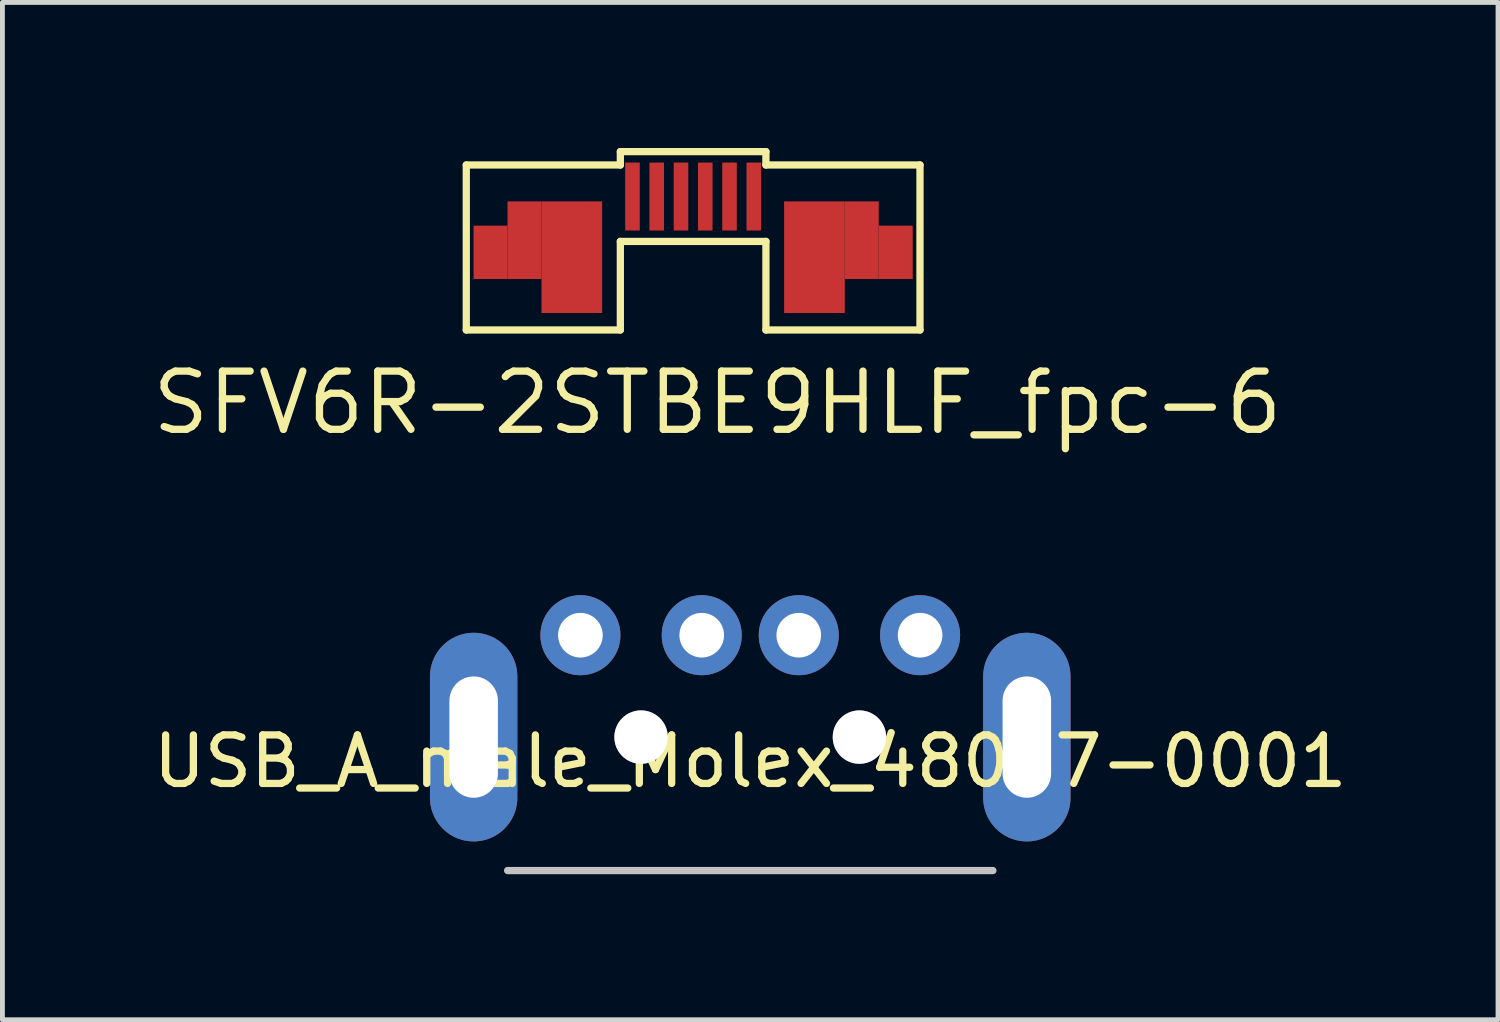
<source format=kicad_pcb>
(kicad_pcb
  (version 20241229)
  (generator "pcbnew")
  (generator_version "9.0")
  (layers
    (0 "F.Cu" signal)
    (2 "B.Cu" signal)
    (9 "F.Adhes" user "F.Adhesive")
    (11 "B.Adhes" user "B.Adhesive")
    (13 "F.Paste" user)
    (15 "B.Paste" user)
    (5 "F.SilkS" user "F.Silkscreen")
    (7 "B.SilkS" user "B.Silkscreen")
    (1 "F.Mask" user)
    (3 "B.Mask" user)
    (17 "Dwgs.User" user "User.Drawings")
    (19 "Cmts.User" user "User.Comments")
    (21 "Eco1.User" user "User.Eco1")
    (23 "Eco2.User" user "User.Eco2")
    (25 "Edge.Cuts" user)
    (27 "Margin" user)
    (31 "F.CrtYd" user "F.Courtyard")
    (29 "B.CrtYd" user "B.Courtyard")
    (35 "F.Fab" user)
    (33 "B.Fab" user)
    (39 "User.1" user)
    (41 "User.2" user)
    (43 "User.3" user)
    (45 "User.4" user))
  (footprint "SFV6R-2STBE9HLF_fpc-6"
    (layer "F.Cu")
    (at 11.234 1)
    (property "Reference" "SFV6R-2STBE9HLF_fpc-6" (at 0.5 4.25 0) (layer "F.SilkS") (effects (font (size 1.2 1.2) (thickness 0.15))))
    (attr through_hole)
    (fp_line (start -4.675 -0.65) (end -1.5 -0.65) (stroke (width 0.15) (type solid)) (layer "F.SilkS"))
    (fp_line (start -4.675 2.75) (end -4.675 -0.65) (stroke (width 0.15) (type solid)) (layer "F.SilkS"))
    (fp_line (start -1.5 -0.925) (end 1.5 -0.925) (stroke (width 0.15) (type solid)) (layer "F.SilkS"))
    (fp_line (start -1.5 -0.65) (end -1.5 -0.925) (stroke (width 0.15) (type solid)) (layer "F.SilkS"))
    (fp_line (start -1.5 0.925) (end -1.5 2.75) (stroke (width 0.15) (type solid)) (layer "F.SilkS"))
    (fp_line (start -1.5 0.925) (end 1.5 0.925) (stroke (width 0.15) (type solid)) (layer "F.SilkS"))
    (fp_line (start -1.5 2.75) (end -4.675 2.75) (stroke (width 0.15) (type solid)) (layer "F.SilkS"))
    (fp_line (start 1.5 -0.65) (end 1.5 -0.925) (stroke (width 0.15) (type solid)) (layer "F.SilkS"))
    (fp_line (start 1.5 0.925) (end 1.5 2.75) (stroke (width 0.15) (type solid)) (layer "F.SilkS"))
    (fp_line (start 1.5 2.75) (end 4.675 2.75) (stroke (width 0.15) (type solid)) (layer "F.SilkS"))
    (fp_line (start 4.675 -0.65) (end 1.5 -0.65) (stroke (width 0.15) (type solid)) (layer "F.SilkS"))
    (fp_line (start 4.675 2.75) (end 4.675 -0.65) (stroke (width 0.15) (type solid)) (layer "F.SilkS"))
    (pad "0" smd rect (at -4.175 1.15) (size 0.7 1.1) (layers "F.Cu" "F.Mask" "F.Paste"))
    (pad "0" smd rect (at -3.475 0.9) (size 0.7 1.6) (layers "F.Cu" "F.Mask" "F.Paste"))
    (pad "0" smd rect (at -2.5 1.25) (size 1.25 2.3) (layers "F.Cu" "F.Mask" "F.Paste"))
    (pad "0" smd rect (at 2.5 1.25) (size 1.25 2.3) (layers "F.Cu" "F.Mask" "F.Paste"))
    (pad "0" smd rect (at 3.475 0.9) (size 0.7 1.6) (layers "F.Cu" "F.Mask" "F.Paste"))
    (pad "0" smd rect (at 4.175 1.15) (size 0.7 1.1) (layers "F.Cu" "F.Mask" "F.Paste"))
    (pad "1" smd rect (at -1.25 0) (size 0.3 1.4) (layers "F.Cu" "F.Mask" "F.Paste"))
    (pad "2" smd rect (at -0.75 0) (size 0.3 1.4) (layers "F.Cu" "F.Mask" "F.Paste"))
    (pad "3" smd rect (at -0.25 0) (size 0.3 1.4) (layers "F.Cu" "F.Mask" "F.Paste"))
    (pad "4" smd rect (at 0.25 0) (size 0.3 1.4) (layers "F.Cu" "F.Mask" "F.Paste"))
    (pad "5" smd rect (at 0.75 0) (size 0.3 1.4) (layers "F.Cu" "F.Mask" "F.Paste"))
    (pad "6" smd rect (at 1.25 0) (size 0.3 1.4) (layers "F.Cu" "F.Mask" "F.Paste")))
  (footprint "USB_A_male_Molex_48037-0001"
    (layer "F.Cu")
    (at 12.411 12.14)
    (property "Reference" "USB_A_male_Molex_48037-0001" (at 0 0.5 0) (layer "F.SilkS") (effects (font (size 1 1) (thickness 0.15))))
    (attr through_hole)
    (fp_line (start -5 2.75) (end 5 2.75) (stroke (width 0.15) (type solid)) (layer "Dwgs.User"))
    (pad "" thru_hole circle (at -2.25 0) (size 1.1 1.1) (drill 1.1) (layers "*.Cu" "*.Mask"))
    (pad "" thru_hole circle (at 2.25 0) (size 1.1 1.1) (drill 1.1) (layers "*.Cu" "*.Mask"))
    (pad "1" thru_hole circle (at 3.5 -2.1) (size 1.65 1.65) (drill 0.92) (layers "*.Cu" "*.Mask"))
    (pad "2" thru_hole circle (at 1 -2.1) (size 1.65 1.65) (drill 0.92) (layers "*.Cu" "*.Mask"))
    (pad "3" thru_hole circle (at -1 -2.1) (size 1.65 1.65) (drill 0.92) (layers "*.Cu" "*.Mask"))
    (pad "4" thru_hole circle (at -3.5 -2.1) (size 1.65 1.65) (drill 0.92) (layers "*.Cu" "*.Mask"))
    (pad "5" thru_hole oval (at -5.7 0) (size 1.8 4.3) (drill oval 1 2.5) (layers "*.Cu" "*.Mask"))
    (pad "5" thru_hole oval (at 5.7 0) (size 1.8 4.3) (drill oval 1 2.5) (layers "*.Cu" "*.Mask")))
  (gr_rect
    (start -3 -3)
    (end 27.821 17.965)
    (stroke (width 0.1) (type default))
    (fill no)
    (layer "Edge.Cuts")))
</source>
